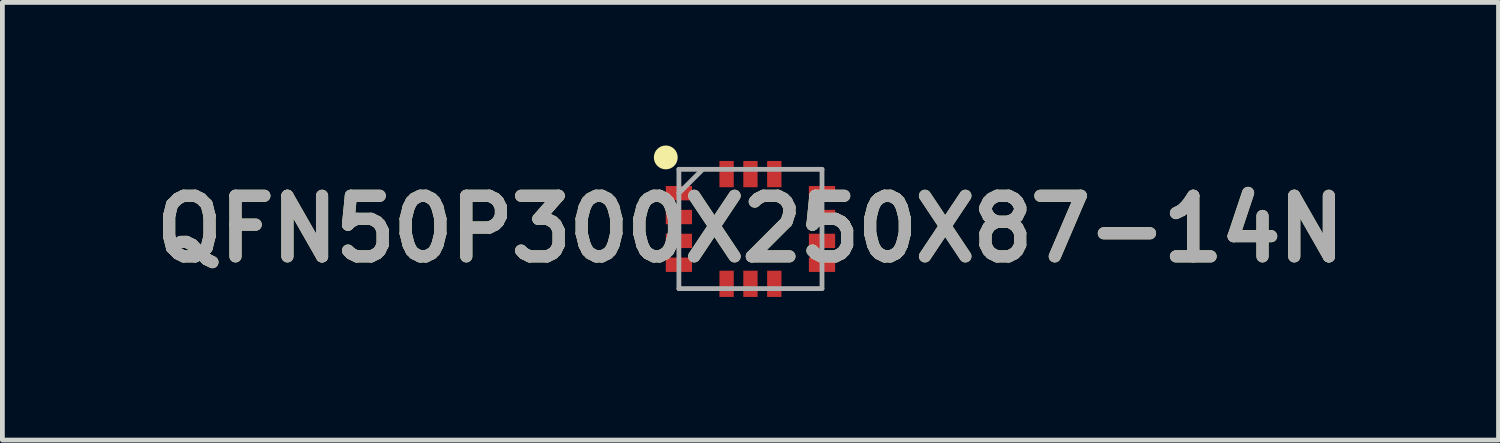
<source format=kicad_pcb>
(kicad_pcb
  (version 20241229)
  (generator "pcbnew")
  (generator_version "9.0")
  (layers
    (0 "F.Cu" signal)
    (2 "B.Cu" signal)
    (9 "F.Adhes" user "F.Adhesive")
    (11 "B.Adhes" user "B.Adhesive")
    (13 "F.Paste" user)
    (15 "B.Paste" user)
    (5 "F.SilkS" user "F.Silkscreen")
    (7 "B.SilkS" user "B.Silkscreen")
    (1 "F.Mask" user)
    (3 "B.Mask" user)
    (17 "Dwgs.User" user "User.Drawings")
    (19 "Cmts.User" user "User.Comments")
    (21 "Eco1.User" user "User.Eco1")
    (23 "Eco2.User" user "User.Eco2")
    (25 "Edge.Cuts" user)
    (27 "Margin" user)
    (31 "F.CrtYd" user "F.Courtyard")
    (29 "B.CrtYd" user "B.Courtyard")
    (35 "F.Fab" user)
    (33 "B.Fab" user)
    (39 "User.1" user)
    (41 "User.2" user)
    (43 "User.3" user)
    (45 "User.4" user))
  (footprint "QFN50P300X250X87-14N"
    (layer "F.Cu")
    (at 12.682 1.75)
    (property "Reference" "QFN50P300X250X87-14N" (at 0 0 0) (layer "F.SilkS") (effects (font (size 1.27 1.27) (thickness 0.254))))
    (attr smd)
    (fp_circle (center -1.775 -1.5) (end -1.775 -1.375) (stroke (width 0.25) (type solid)) (fill no) (layer "F.SilkS"))
    (fp_line (start -1.5 -1.25) (end 1.5 -1.25) (stroke (width 0.1) (type solid)) (layer "F.Fab"))
    (fp_line (start -1.5 -0.75) (end -1 -1.25) (stroke (width 0.1) (type solid)) (layer "F.Fab"))
    (fp_line (start -1.5 1.25) (end -1.5 -1.25) (stroke (width 0.1) (type solid)) (layer "F.Fab"))
    (fp_line (start 1.5 -1.25) (end 1.5 1.25) (stroke (width 0.1) (type solid)) (layer "F.Fab"))
    (fp_line (start 1.5 1.25) (end -1.5 1.25) (stroke (width 0.1) (type solid)) (layer "F.Fab"))
    (fp_text user "${REFERENCE}" (at 0 0 0) (layer "F.Fab") (effects (font (size 1.27 1.27) (thickness 0.254))))
    (pad "1" smd rect (at -1.5 -0.75 90) (size 0.3 0.55) (layers "F.Cu" "F.Mask" "F.Paste"))
    (pad "2" smd rect (at -1.5 -0.25 90) (size 0.3 0.55) (layers "F.Cu" "F.Mask" "F.Paste"))
    (pad "3" smd rect (at -1.5 0.25 90) (size 0.3 0.55) (layers "F.Cu" "F.Mask" "F.Paste"))
    (pad "4" smd rect (at -1.5 0.75 90) (size 0.3 0.55) (layers "F.Cu" "F.Mask" "F.Paste"))
    (pad "5" smd rect (at -0.5 1.15) (size 0.3 0.55) (layers "F.Cu" "F.Mask" "F.Paste"))
    (pad "6" smd rect (at 0 1.15) (size 0.3 0.55) (layers "F.Cu" "F.Mask" "F.Paste"))
    (pad "7" smd rect (at 0.5 1.15) (size 0.3 0.55) (layers "F.Cu" "F.Mask" "F.Paste"))
    (pad "8" smd rect (at 1.5 0.75 90) (size 0.3 0.55) (layers "F.Cu" "F.Mask" "F.Paste"))
    (pad "9" smd rect (at 1.5 0.25 90) (size 0.3 0.55) (layers "F.Cu" "F.Mask" "F.Paste"))
    (pad "10" smd rect (at 1.5 -0.25 90) (size 0.3 0.55) (layers "F.Cu" "F.Mask" "F.Paste"))
    (pad "11" smd rect (at 1.5 -0.75 90) (size 0.3 0.55) (layers "F.Cu" "F.Mask" "F.Paste"))
    (pad "12" smd rect (at 0.5 -1.15) (size 0.3 0.55) (layers "F.Cu" "F.Mask" "F.Paste"))
    (pad "13" smd rect (at 0 -1.15) (size 0.3 0.55) (layers "F.Cu" "F.Mask" "F.Paste"))
    (pad "14" smd rect (at -0.5 -1.15) (size 0.3 0.55) (layers "F.Cu" "F.Mask" "F.Paste")))
  (gr_rect
    (start -3 -3)
    (end 28.364 6.175)
    (stroke (width 0.1) (type default))
    (fill no)
    (layer "Edge.Cuts")))
</source>
